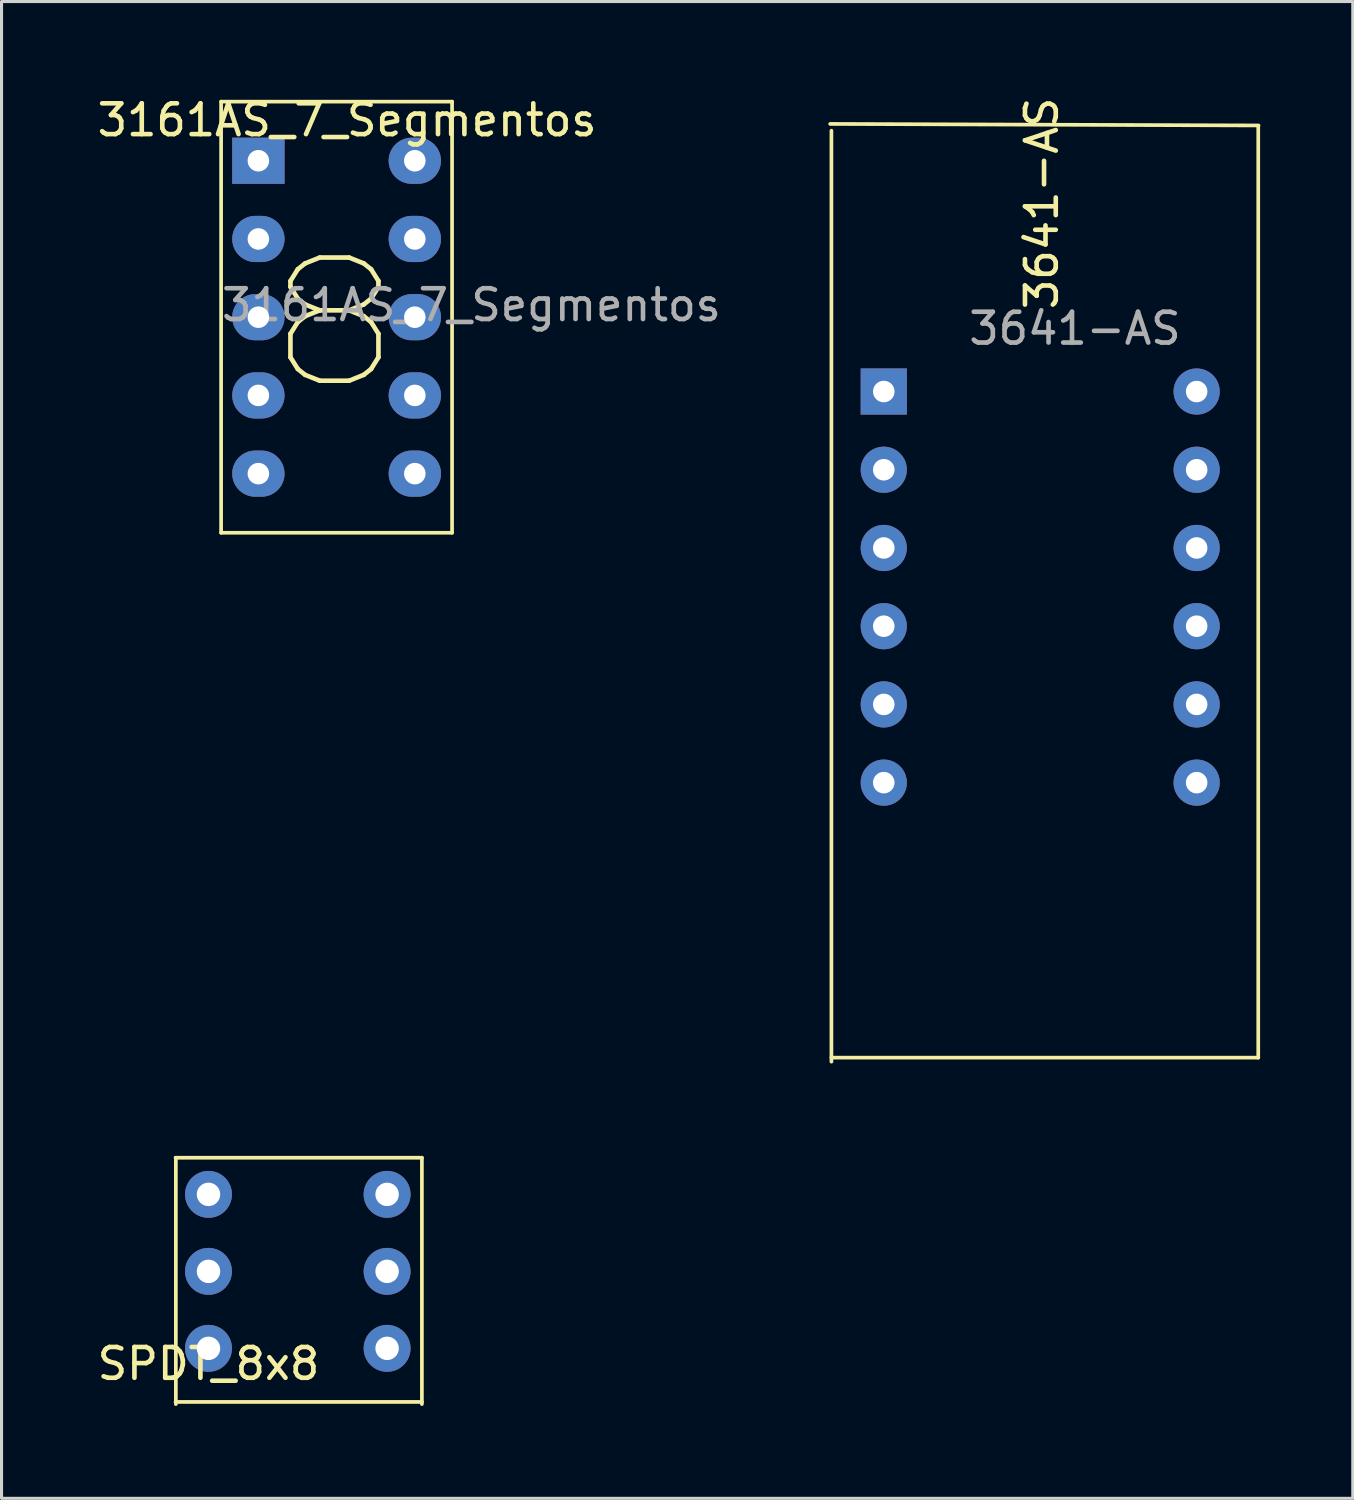
<source format=kicad_pcb>
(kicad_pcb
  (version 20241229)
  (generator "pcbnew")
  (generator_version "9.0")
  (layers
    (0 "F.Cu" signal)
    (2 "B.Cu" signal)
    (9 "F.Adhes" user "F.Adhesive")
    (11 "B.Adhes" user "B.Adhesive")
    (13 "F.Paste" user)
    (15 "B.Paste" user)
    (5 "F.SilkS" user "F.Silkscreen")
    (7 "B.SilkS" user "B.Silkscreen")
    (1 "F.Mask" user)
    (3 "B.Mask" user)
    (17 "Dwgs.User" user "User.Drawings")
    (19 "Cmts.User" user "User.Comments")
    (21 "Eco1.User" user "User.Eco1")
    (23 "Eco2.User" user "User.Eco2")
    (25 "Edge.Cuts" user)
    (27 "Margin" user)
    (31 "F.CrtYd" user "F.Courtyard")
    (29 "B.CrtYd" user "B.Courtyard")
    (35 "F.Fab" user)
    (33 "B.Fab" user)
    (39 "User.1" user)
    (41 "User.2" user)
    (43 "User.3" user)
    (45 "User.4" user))
  (footprint "3161AS_7_Segmentos"
    (layer "F.Cu")
    (at 4.13 0.25)
    (property "Reference" "3161AS_7_Segmentos" (at 4.09 0.6 180) (layer "F.SilkS") (effects (font (size 1 1) (thickness 0.15))))
    (attr through_hole)
    (fp_line (start 0 0) (end 0 14) (stroke (width 0.12) (type solid)) (layer "F.SilkS"))
    (fp_line (start 0 0) (end 7.5 0) (stroke (width 0.12) (type solid)) (layer "F.SilkS"))
    (fp_line (start 0 14) (end 7.5 14) (stroke (width 0.12) (type solid)) (layer "F.SilkS"))
    (fp_line (start 7.5 0) (end 7.5 14) (stroke (width 0.12) (type solid)) (layer "F.SilkS"))
    (fp_text user "8" (at 3.68 7.22 0) (layer "F.SilkS") (effects (font (size 4 5) (thickness 0.15))))
    (fp_text user "${REFERENCE}" (at 8.128 6.604 0) (layer "F.Fab") (effects (font (size 1 1) (thickness 0.15))))
    (pad "1" thru_hole rect (at 1.21 1.92) (size 1.7 1.5) (drill 0.7) (layers "*.Cu" "*.Mask"))
    (pad "2" thru_hole oval (at 1.21 4.46) (size 1.7 1.5) (drill 0.7) (layers "*.Cu" "*.Mask"))
    (pad "3" thru_hole oval (at 1.21 7) (size 1.7 1.5) (drill 0.7) (layers "*.Cu" "*.Mask"))
    (pad "4" thru_hole oval (at 1.21 9.54) (size 1.7 1.5) (drill 0.7) (layers "*.Cu" "*.Mask"))
    (pad "5" thru_hole oval (at 1.21 12.08) (size 1.7 1.5) (drill 0.7) (layers "*.Cu" "*.Mask"))
    (pad "6" thru_hole oval (at 6.29 12.08) (size 1.7 1.5) (drill 0.7) (layers "*.Cu" "*.Mask"))
    (pad "7" thru_hole oval (at 6.29 9.54) (size 1.7 1.5) (drill 0.7) (layers "*.Cu" "*.Mask"))
    (pad "8" thru_hole oval (at 6.29 7) (size 1.7 1.5) (drill 0.7) (layers "*.Cu" "*.Mask"))
    (pad "9" thru_hole oval (at 6.29 4.46) (size 1.7 1.5) (drill 0.7) (layers "*.Cu" "*.Mask"))
    (pad "10" thru_hole oval (at 6.29 1.92) (size 1.7 1.5) (drill 0.7) (layers "*.Cu" "*.Mask")))
  (footprint "SPDT_8x8"
    (layer "F.Cu")
    (at 3.72 40.734)
    (property "Reference" "SPDT_8x8" (at 0 0.5 0) (layer "F.SilkS") (effects (font (size 1 1) (thickness 0.15))))
    (attr through_hole)
    (fp_line (start -1.07 -6.19) (end 6.93 -6.19) (stroke (width 0.12) (type solid)) (layer "F.SilkS"))
    (fp_line (start -1.07 1.74) (end 6.93 1.74) (stroke (width 0.12) (type solid)) (layer "F.SilkS"))
    (fp_line (start -1.06 1.81) (end -1.06 -6.19) (stroke (width 0.12) (type solid)) (layer "F.SilkS"))
    (fp_line (start 6.93 1.81) (end 6.93 -6.19) (stroke (width 0.12) (type solid)) (layer "F.SilkS"))
    (pad "1" thru_hole circle (at 0 0) (size 1.524 1.524) (drill 0.762) (layers "*.Cu" "*.Mask"))
    (pad "2" thru_hole circle (at 0 -2.5) (size 1.524 1.524) (drill 0.762) (layers "*.Cu" "*.Mask"))
    (pad "3" thru_hole circle (at 0 -5) (size 1.524 1.524) (drill 0.762) (layers "*.Cu" "*.Mask"))
    (pad "4" thru_hole circle (at 5.8 0) (size 1.524 1.524) (drill 0.762) (layers "*.Cu" "*.Mask"))
    (pad "5" thru_hole circle (at 5.8 -2.5) (size 1.524 1.524) (drill 0.762) (layers "*.Cu" "*.Mask"))
    (pad "6" thru_hole circle (at 5.8 -5) (size 1.524 1.524) (drill 0.762) (layers "*.Cu" "*.Mask")))
  (footprint "3641-AS"
    (layer "F.Cu")
    (at 23.728 1.014)
    (property "Reference" "3641-AS" (at 7.05 2.54 90) (layer "F.SilkS") (effects (font (size 1 1) (thickness 0.15))))
    (attr through_hole)
    (fp_line (start 0.18 -0.04) (end 14.09 0.01) (stroke (width 0.12) (type solid)) (layer "F.SilkS"))
    (fp_line (start 0.22 30.41) (end 0.22 0.18) (stroke (width 0.12) (type solid)) (layer "F.SilkS"))
    (fp_line (start 14.08 0.05) (end 14.08 30.28) (stroke (width 0.12) (type solid)) (layer "F.SilkS"))
    (fp_line (start 14.08 30.28) (end 0.22 30.28) (stroke (width 0.12) (type solid)) (layer "F.SilkS"))
    (fp_text user "${REFERENCE}" (at 8.128 6.604 0) (layer "F.Fab") (effects (font (size 1 1) (thickness 0.15))))
    (pad "1" thru_hole rect (at 1.92 8.65) (size 1.5 1.5) (drill 0.7) (layers "*.Cu" "*.Mask"))
    (pad "2" thru_hole circle (at 1.92 11.19) (size 1.5 1.5) (drill 0.7) (layers "*.Cu" "*.Mask"))
    (pad "3" thru_hole circle (at 1.92 13.73) (size 1.5 1.5) (drill 0.7) (layers "*.Cu" "*.Mask"))
    (pad "4" thru_hole circle (at 1.92 16.27) (size 1.5 1.5) (drill 0.7) (layers "*.Cu" "*.Mask"))
    (pad "5" thru_hole circle (at 1.92 18.81) (size 1.5 1.5) (drill 0.7) (layers "*.Cu" "*.Mask"))
    (pad "6" thru_hole circle (at 1.92 21.35) (size 1.5 1.5) (drill 0.7) (layers "*.Cu" "*.Mask"))
    (pad "7" thru_hole circle (at 12.08 21.35) (size 1.5 1.5) (drill 0.7) (layers "*.Cu" "*.Mask"))
    (pad "8" thru_hole circle (at 12.08 18.81) (size 1.5 1.5) (drill 0.7) (layers "*.Cu" "*.Mask"))
    (pad "9" thru_hole circle (at 12.08 16.27) (size 1.5 1.5) (drill 0.7) (layers "*.Cu" "*.Mask"))
    (pad "10" thru_hole circle (at 12.08 13.73) (size 1.5 1.5) (drill 0.7) (layers "*.Cu" "*.Mask"))
    (pad "11" thru_hole circle (at 12.08 11.19) (size 1.5 1.5) (drill 0.7) (layers "*.Cu" "*.Mask"))
    (pad "12" thru_hole circle (at 12.08 8.65) (size 1.5 1.5) (drill 0.7) (layers "*.Cu" "*.Mask")))
  (gr_rect
    (start -3 -3)
    (end 40.878 45.604)
    (stroke (width 0.1) (type default))
    (fill no)
    (layer "Edge.Cuts")))
</source>
